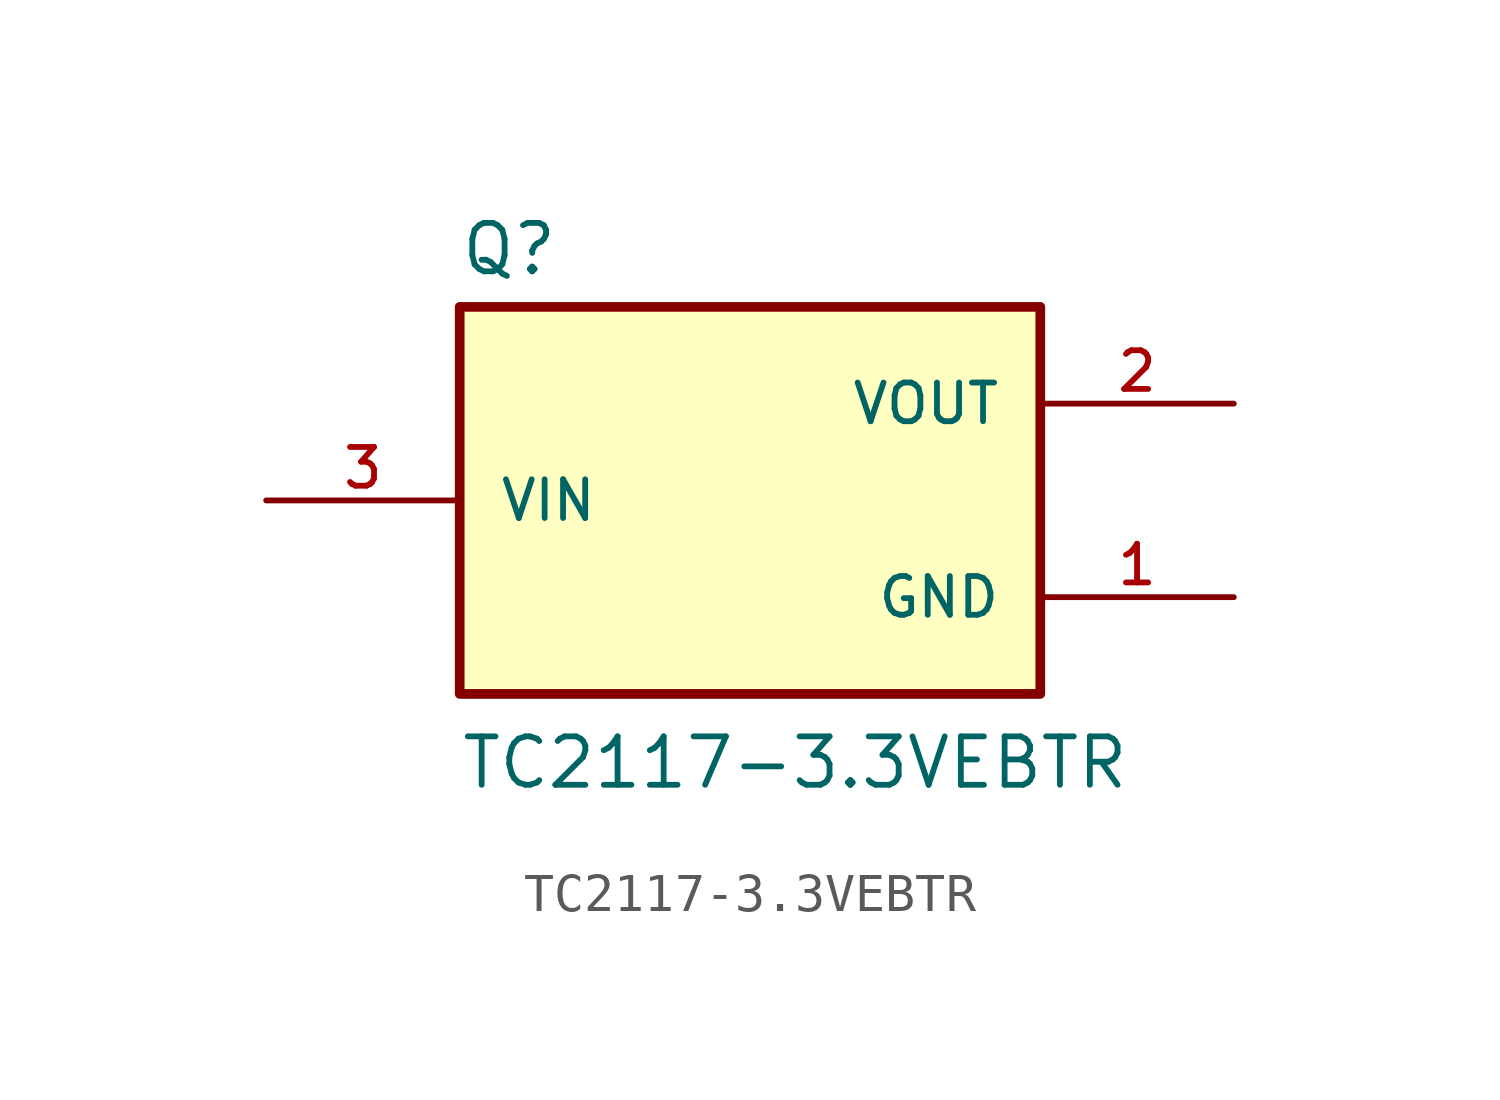
<source format=kicad_sym>
(kicad_symbol_lib
  (version 20211014)
  (generator kicad_symbol_editor)
  (symbol "TC2117-3.3VEBTR"
    (pin_names
      (offset 1.016))
    (property "Reference" "Q"
      (at -7.631 5.851 0)
      (effects (font (size 1.27 1.27)) (justify bottom left)))
    (property "Value" "TC2117-3.3VEBTR"
      (at -7.628 -7.628 0)
      (effects (font (size 1.27 1.27)) (justify bottom left)))
    (symbol "TC2117-3.3VEBTR_0_0"
      (rectangle (start -7.62 -5.08) (end 7.62 5.08) (stroke (width 0.254)) (fill (type background)))
      (pin input line (at -12.7 0.0 0) (length 5.08) (name "VIN" (effects (font (size 1.016 1.016)))) (number "3" (effects (font (size 1.016 1.016)))))
      (pin output line (at 12.7 2.54 180.0) (length 5.08) (name "VOUT" (effects (font (size 1.016 1.016)))) (number "2" (effects (font (size 1.016 1.016)))))
      (pin output line (at 12.7 2.54 180.0) (length 5.08) hide (name "VOUT" (effects (font (size 1.016 1.016)))) (number "4" (effects (font (size 1.016 1.016)))))
      (pin power_in line (at 12.7 -2.54 180.0) (length 5.08) (name "GND" (effects (font (size 1.016 1.016)))) (number "1" (effects (font (size 1.016 1.016))))))))
</source>
